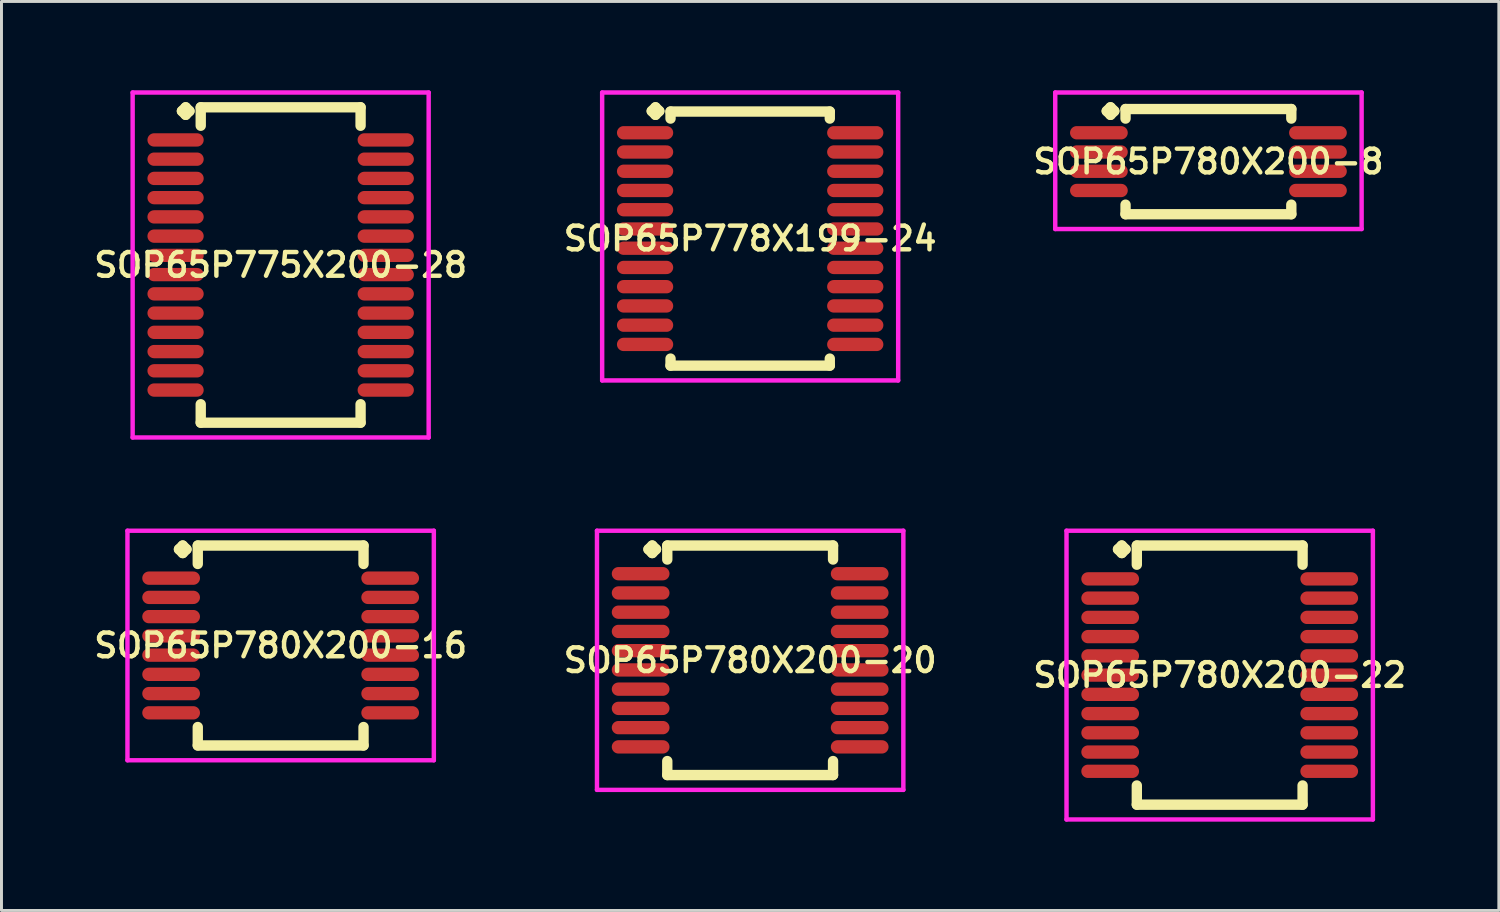
<source format=kicad_pcb>
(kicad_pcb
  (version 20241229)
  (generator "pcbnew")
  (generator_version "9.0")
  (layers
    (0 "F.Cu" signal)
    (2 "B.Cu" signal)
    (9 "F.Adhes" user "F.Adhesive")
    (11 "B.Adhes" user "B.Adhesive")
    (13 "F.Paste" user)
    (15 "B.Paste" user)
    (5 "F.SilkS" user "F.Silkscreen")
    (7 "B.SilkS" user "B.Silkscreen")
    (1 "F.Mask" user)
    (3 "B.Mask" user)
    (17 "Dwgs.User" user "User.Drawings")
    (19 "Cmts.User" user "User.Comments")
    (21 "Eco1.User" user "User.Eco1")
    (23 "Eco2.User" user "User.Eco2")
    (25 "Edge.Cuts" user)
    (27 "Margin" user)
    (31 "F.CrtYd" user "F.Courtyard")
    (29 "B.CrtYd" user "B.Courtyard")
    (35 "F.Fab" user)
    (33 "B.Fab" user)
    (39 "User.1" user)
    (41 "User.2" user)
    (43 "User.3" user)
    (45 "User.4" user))
  (footprint "SOP65P780X200-22"
    (layer "F.Cu")
    (at 38.154 19.756)
    (property "Reference" "SOP65P780X200-22" (at 0 0 0) (layer "F.SilkS") (effects (font (size 0.8 0.8) (thickness 0.15))))
    (attr smd)
    (fp_line (start -3.435 -4.25) (end -3.308 -4.377) (stroke (width 0.35) (type solid)) (layer "F.SilkS"))
    (fp_line (start -3.308 -4.377) (end -3.181 -4.25) (stroke (width 0.35) (type solid)) (layer "F.SilkS"))
    (fp_line (start -3.308 -4.123) (end -3.435 -4.25) (stroke (width 0.35) (type solid)) (layer "F.SilkS"))
    (fp_line (start -3.181 -4.25) (end -3.308 -4.123) (stroke (width 0.35) (type solid)) (layer "F.SilkS"))
    (fp_line (start -2.8 -4.377) (end 2.8 -4.377) (stroke (width 0.35) (type solid)) (layer "F.SilkS"))
    (fp_line (start -2.8 -3.729) (end -2.8 -4.377) (stroke (width 0.35) (type solid)) (layer "F.SilkS"))
    (fp_line (start -2.8 3.729) (end -2.8 4.377) (stroke (width 0.35) (type solid)) (layer "F.SilkS"))
    (fp_line (start -2.8 4.377) (end 2.8 4.377) (stroke (width 0.35) (type solid)) (layer "F.SilkS"))
    (fp_line (start 2.8 -4.377) (end 2.8 -3.729) (stroke (width 0.35) (type solid)) (layer "F.SilkS"))
    (fp_line (start 2.8 4.377) (end 2.8 3.729) (stroke (width 0.35) (type solid)) (layer "F.SilkS"))
    (fp_line (start -5.175 -4.877) (end 5.175 -4.877) (stroke (width 0.15) (type solid)) (layer "F.CrtYd"))
    (fp_line (start -5.175 4.877) (end -5.175 -4.877) (stroke (width 0.15) (type solid)) (layer "F.CrtYd"))
    (fp_line (start 5.175 -4.877) (end 5.175 4.877) (stroke (width 0.15) (type solid)) (layer "F.CrtYd"))
    (fp_line (start 5.175 4.877) (end -5.175 4.877) (stroke (width 0.15) (type solid)) (layer "F.CrtYd"))
    (pad "1" smd oval (at -3.7 -3.25) (size 1.95 0.45) (layers "F.Cu" "F.Mask" "F.Paste"))
    (pad "2" smd oval (at -3.7 -2.6) (size 1.95 0.45) (layers "F.Cu" "F.Mask" "F.Paste"))
    (pad "3" smd oval (at -3.7 -1.95) (size 1.95 0.45) (layers "F.Cu" "F.Mask" "F.Paste"))
    (pad "4" smd oval (at -3.7 -1.3) (size 1.95 0.45) (layers "F.Cu" "F.Mask" "F.Paste"))
    (pad "5" smd oval (at -3.7 -0.65) (size 1.95 0.45) (layers "F.Cu" "F.Mask" "F.Paste"))
    (pad "6" smd oval (at -3.7 0) (size 1.95 0.45) (layers "F.Cu" "F.Mask" "F.Paste"))
    (pad "7" smd oval (at -3.7 0.65) (size 1.95 0.45) (layers "F.Cu" "F.Mask" "F.Paste"))
    (pad "8" smd oval (at -3.7 1.3) (size 1.95 0.45) (layers "F.Cu" "F.Mask" "F.Paste"))
    (pad "9" smd oval (at -3.7 1.95) (size 1.95 0.45) (layers "F.Cu" "F.Mask" "F.Paste"))
    (pad "10" smd oval (at -3.7 2.6) (size 1.95 0.45) (layers "F.Cu" "F.Mask" "F.Paste"))
    (pad "11" smd oval (at -3.7 3.25) (size 1.95 0.45) (layers "F.Cu" "F.Mask" "F.Paste"))
    (pad "12" smd oval (at 3.7 3.25) (size 1.95 0.45) (layers "F.Cu" "F.Mask" "F.Paste"))
    (pad "13" smd oval (at 3.7 2.6) (size 1.95 0.45) (layers "F.Cu" "F.Mask" "F.Paste"))
    (pad "14" smd oval (at 3.7 1.95) (size 1.95 0.45) (layers "F.Cu" "F.Mask" "F.Paste"))
    (pad "15" smd oval (at 3.7 1.3) (size 1.95 0.45) (layers "F.Cu" "F.Mask" "F.Paste"))
    (pad "16" smd oval (at 3.7 0.65) (size 1.95 0.45) (layers "F.Cu" "F.Mask" "F.Paste"))
    (pad "17" smd oval (at 3.7 0) (size 1.95 0.45) (layers "F.Cu" "F.Mask" "F.Paste"))
    (pad "18" smd oval (at 3.7 -0.65) (size 1.95 0.45) (layers "F.Cu" "F.Mask" "F.Paste"))
    (pad "19" smd oval (at 3.7 -1.3) (size 1.95 0.45) (layers "F.Cu" "F.Mask" "F.Paste"))
    (pad "20" smd oval (at 3.7 -1.95) (size 1.95 0.45) (layers "F.Cu" "F.Mask" "F.Paste"))
    (pad "21" smd oval (at 3.7 -2.6) (size 1.95 0.45) (layers "F.Cu" "F.Mask" "F.Paste"))
    (pad "22" smd oval (at 3.7 -3.25) (size 1.95 0.45) (layers "F.Cu" "F.Mask" "F.Paste")))
  (footprint "SOP65P775X200-28"
    (layer "F.Cu")
    (at 6.431 5.902)
    (property "Reference" "SOP65P775X200-28" (at 0 0 0) (layer "F.SilkS") (effects (font (size 0.8 0.8) (thickness 0.15))))
    (attr smd)
    (fp_line (start -3.335 -5.2) (end -3.208 -5.327) (stroke (width 0.35) (type solid)) (layer "F.SilkS"))
    (fp_line (start -3.208 -5.327) (end -3.081 -5.2) (stroke (width 0.35) (type solid)) (layer "F.SilkS"))
    (fp_line (start -3.208 -5.073) (end -3.335 -5.2) (stroke (width 0.35) (type solid)) (layer "F.SilkS"))
    (fp_line (start -3.081 -5.2) (end -3.208 -5.073) (stroke (width 0.35) (type solid)) (layer "F.SilkS"))
    (fp_line (start -2.7 -5.327) (end 2.7 -5.327) (stroke (width 0.35) (type solid)) (layer "F.SilkS"))
    (fp_line (start -2.7 -4.704) (end -2.7 -5.327) (stroke (width 0.35) (type solid)) (layer "F.SilkS"))
    (fp_line (start -2.7 4.704) (end -2.7 5.327) (stroke (width 0.35) (type solid)) (layer "F.SilkS"))
    (fp_line (start -2.7 5.327) (end 2.7 5.327) (stroke (width 0.35) (type solid)) (layer "F.SilkS"))
    (fp_line (start 2.7 -5.327) (end 2.7 -4.704) (stroke (width 0.35) (type solid)) (layer "F.SilkS"))
    (fp_line (start 2.7 5.327) (end 2.7 4.704) (stroke (width 0.35) (type solid)) (layer "F.SilkS"))
    (fp_line (start -5 -5.827) (end 5 -5.827) (stroke (width 0.15) (type solid)) (layer "F.CrtYd"))
    (fp_line (start -5 5.827) (end -5 -5.827) (stroke (width 0.15) (type solid)) (layer "F.CrtYd"))
    (fp_line (start 5 -5.827) (end 5 5.827) (stroke (width 0.15) (type solid)) (layer "F.CrtYd"))
    (fp_line (start 5 5.827) (end -5 5.827) (stroke (width 0.15) (type solid)) (layer "F.CrtYd"))
    (pad "1" smd oval (at -3.55 -4.225) (size 1.9 0.45) (layers "F.Cu" "F.Mask" "F.Paste"))
    (pad "2" smd oval (at -3.55 -3.575) (size 1.9 0.45) (layers "F.Cu" "F.Mask" "F.Paste"))
    (pad "3" smd oval (at -3.55 -2.925) (size 1.9 0.45) (layers "F.Cu" "F.Mask" "F.Paste"))
    (pad "4" smd oval (at -3.55 -2.275) (size 1.9 0.45) (layers "F.Cu" "F.Mask" "F.Paste"))
    (pad "5" smd oval (at -3.55 -1.625) (size 1.9 0.45) (layers "F.Cu" "F.Mask" "F.Paste"))
    (pad "6" smd oval (at -3.55 -0.975) (size 1.9 0.45) (layers "F.Cu" "F.Mask" "F.Paste"))
    (pad "7" smd oval (at -3.55 -0.325) (size 1.9 0.45) (layers "F.Cu" "F.Mask" "F.Paste"))
    (pad "8" smd oval (at -3.55 0.325) (size 1.9 0.45) (layers "F.Cu" "F.Mask" "F.Paste"))
    (pad "9" smd oval (at -3.55 0.975) (size 1.9 0.45) (layers "F.Cu" "F.Mask" "F.Paste"))
    (pad "10" smd oval (at -3.55 1.625) (size 1.9 0.45) (layers "F.Cu" "F.Mask" "F.Paste"))
    (pad "11" smd oval (at -3.55 2.275) (size 1.9 0.45) (layers "F.Cu" "F.Mask" "F.Paste"))
    (pad "12" smd oval (at -3.55 2.925) (size 1.9 0.45) (layers "F.Cu" "F.Mask" "F.Paste"))
    (pad "13" smd oval (at -3.55 3.575) (size 1.9 0.45) (layers "F.Cu" "F.Mask" "F.Paste"))
    (pad "14" smd oval (at -3.55 4.225) (size 1.9 0.45) (layers "F.Cu" "F.Mask" "F.Paste"))
    (pad "15" smd oval (at 3.55 4.225) (size 1.9 0.45) (layers "F.Cu" "F.Mask" "F.Paste"))
    (pad "16" smd oval (at 3.55 3.575) (size 1.9 0.45) (layers "F.Cu" "F.Mask" "F.Paste"))
    (pad "17" smd oval (at 3.55 2.925) (size 1.9 0.45) (layers "F.Cu" "F.Mask" "F.Paste"))
    (pad "18" smd oval (at 3.55 2.275) (size 1.9 0.45) (layers "F.Cu" "F.Mask" "F.Paste"))
    (pad "19" smd oval (at 3.55 1.625) (size 1.9 0.45) (layers "F.Cu" "F.Mask" "F.Paste"))
    (pad "20" smd oval (at 3.55 0.975) (size 1.9 0.45) (layers "F.Cu" "F.Mask" "F.Paste"))
    (pad "21" smd oval (at 3.55 0.325) (size 1.9 0.45) (layers "F.Cu" "F.Mask" "F.Paste"))
    (pad "22" smd oval (at 3.55 -0.325) (size 1.9 0.45) (layers "F.Cu" "F.Mask" "F.Paste"))
    (pad "23" smd oval (at 3.55 -0.975) (size 1.9 0.45) (layers "F.Cu" "F.Mask" "F.Paste"))
    (pad "24" smd oval (at 3.55 -1.625) (size 1.9 0.45) (layers "F.Cu" "F.Mask" "F.Paste"))
    (pad "25" smd oval (at 3.55 -2.275) (size 1.9 0.45) (layers "F.Cu" "F.Mask" "F.Paste"))
    (pad "26" smd oval (at 3.55 -2.925) (size 1.9 0.45) (layers "F.Cu" "F.Mask" "F.Paste"))
    (pad "27" smd oval (at 3.55 -3.575) (size 1.9 0.45) (layers "F.Cu" "F.Mask" "F.Paste"))
    (pad "28" smd oval (at 3.55 -4.225) (size 1.9 0.45) (layers "F.Cu" "F.Mask" "F.Paste")))
  (footprint "SOP65P780X200-8"
    (layer "F.Cu")
    (at 37.773 2.41)
    (property "Reference" "SOP65P780X200-8" (at 0 0 0) (layer "F.SilkS") (effects (font (size 0.8 0.8) (thickness 0.15))))
    (attr smd)
    (fp_line (start -3.435 -1.708) (end -3.308 -1.835) (stroke (width 0.35) (type solid)) (layer "F.SilkS"))
    (fp_line (start -3.308 -1.835) (end -3.181 -1.708) (stroke (width 0.35) (type solid)) (layer "F.SilkS"))
    (fp_line (start -3.308 -1.581) (end -3.435 -1.708) (stroke (width 0.35) (type solid)) (layer "F.SilkS"))
    (fp_line (start -3.181 -1.708) (end -3.308 -1.581) (stroke (width 0.35) (type solid)) (layer "F.SilkS"))
    (fp_line (start -2.8 -1.777) (end 2.8 -1.777) (stroke (width 0.35) (type solid)) (layer "F.SilkS"))
    (fp_line (start -2.8 -1.454) (end -2.8 -1.777) (stroke (width 0.35) (type solid)) (layer "F.SilkS"))
    (fp_line (start -2.8 1.454) (end -2.8 1.777) (stroke (width 0.35) (type solid)) (layer "F.SilkS"))
    (fp_line (start -2.8 1.777) (end 2.8 1.777) (stroke (width 0.35) (type solid)) (layer "F.SilkS"))
    (fp_line (start 2.8 -1.777) (end 2.8 -1.454) (stroke (width 0.35) (type solid)) (layer "F.SilkS"))
    (fp_line (start 2.8 1.777) (end 2.8 1.454) (stroke (width 0.35) (type solid)) (layer "F.SilkS"))
    (fp_line (start -5.175 -2.335) (end 5.175 -2.335) (stroke (width 0.15) (type solid)) (layer "F.CrtYd"))
    (fp_line (start -5.175 2.277) (end -5.175 -2.335) (stroke (width 0.15) (type solid)) (layer "F.CrtYd"))
    (fp_line (start 5.175 -2.335) (end 5.175 2.277) (stroke (width 0.15) (type solid)) (layer "F.CrtYd"))
    (fp_line (start 5.175 2.277) (end -5.175 2.277) (stroke (width 0.15) (type solid)) (layer "F.CrtYd"))
    (pad "1" smd oval (at -3.7 -0.975) (size 1.95 0.45) (layers "F.Cu" "F.Mask" "F.Paste"))
    (pad "2" smd oval (at -3.7 -0.325) (size 1.95 0.45) (layers "F.Cu" "F.Mask" "F.Paste"))
    (pad "3" smd oval (at -3.7 0.325) (size 1.95 0.45) (layers "F.Cu" "F.Mask" "F.Paste"))
    (pad "4" smd oval (at -3.7 0.975) (size 1.95 0.45) (layers "F.Cu" "F.Mask" "F.Paste"))
    (pad "5" smd oval (at 3.7 0.975) (size 1.95 0.45) (layers "F.Cu" "F.Mask" "F.Paste"))
    (pad "6" smd oval (at 3.7 0.325) (size 1.95 0.45) (layers "F.Cu" "F.Mask" "F.Paste"))
    (pad "7" smd oval (at 3.7 -0.325) (size 1.95 0.45) (layers "F.Cu" "F.Mask" "F.Paste"))
    (pad "8" smd oval (at 3.7 -0.975) (size 1.95 0.45) (layers "F.Cu" "F.Mask" "F.Paste")))
  (footprint "SOP65P780X200-20"
    (layer "F.Cu")
    (at 22.292 19.256)
    (property "Reference" "SOP65P780X200-20" (at 0 0 0) (layer "F.SilkS") (effects (font (size 0.8 0.8) (thickness 0.15))))
    (attr smd)
    (fp_line (start -3.435 -3.75) (end -3.308 -3.877) (stroke (width 0.35) (type solid)) (layer "F.SilkS"))
    (fp_line (start -3.308 -3.877) (end -3.181 -3.75) (stroke (width 0.35) (type solid)) (layer "F.SilkS"))
    (fp_line (start -3.308 -3.623) (end -3.435 -3.75) (stroke (width 0.35) (type solid)) (layer "F.SilkS"))
    (fp_line (start -3.181 -3.75) (end -3.308 -3.623) (stroke (width 0.35) (type solid)) (layer "F.SilkS"))
    (fp_line (start -2.8 -3.877) (end 2.8 -3.877) (stroke (width 0.35) (type solid)) (layer "F.SilkS"))
    (fp_line (start -2.8 -3.404) (end -2.8 -3.877) (stroke (width 0.35) (type solid)) (layer "F.SilkS"))
    (fp_line (start -2.8 3.404) (end -2.8 3.877) (stroke (width 0.35) (type solid)) (layer "F.SilkS"))
    (fp_line (start -2.8 3.877) (end 2.8 3.877) (stroke (width 0.35) (type solid)) (layer "F.SilkS"))
    (fp_line (start 2.8 -3.877) (end 2.8 -3.404) (stroke (width 0.35) (type solid)) (layer "F.SilkS"))
    (fp_line (start 2.8 3.877) (end 2.8 3.404) (stroke (width 0.35) (type solid)) (layer "F.SilkS"))
    (fp_line (start -5.175 -4.377) (end 5.175 -4.377) (stroke (width 0.15) (type solid)) (layer "F.CrtYd"))
    (fp_line (start -5.175 4.377) (end -5.175 -4.377) (stroke (width 0.15) (type solid)) (layer "F.CrtYd"))
    (fp_line (start 5.175 -4.377) (end 5.175 4.377) (stroke (width 0.15) (type solid)) (layer "F.CrtYd"))
    (fp_line (start 5.175 4.377) (end -5.175 4.377) (stroke (width 0.15) (type solid)) (layer "F.CrtYd"))
    (pad "1" smd oval (at -3.7 -2.925) (size 1.95 0.45) (layers "F.Cu" "F.Mask" "F.Paste"))
    (pad "2" smd oval (at -3.7 -2.275) (size 1.95 0.45) (layers "F.Cu" "F.Mask" "F.Paste"))
    (pad "3" smd oval (at -3.7 -1.625) (size 1.95 0.45) (layers "F.Cu" "F.Mask" "F.Paste"))
    (pad "4" smd oval (at -3.7 -0.975) (size 1.95 0.45) (layers "F.Cu" "F.Mask" "F.Paste"))
    (pad "5" smd oval (at -3.7 -0.325) (size 1.95 0.45) (layers "F.Cu" "F.Mask" "F.Paste"))
    (pad "6" smd oval (at -3.7 0.325) (size 1.95 0.45) (layers "F.Cu" "F.Mask" "F.Paste"))
    (pad "7" smd oval (at -3.7 0.975) (size 1.95 0.45) (layers "F.Cu" "F.Mask" "F.Paste"))
    (pad "8" smd oval (at -3.7 1.625) (size 1.95 0.45) (layers "F.Cu" "F.Mask" "F.Paste"))
    (pad "9" smd oval (at -3.7 2.275) (size 1.95 0.45) (layers "F.Cu" "F.Mask" "F.Paste"))
    (pad "10" smd oval (at -3.7 2.925) (size 1.95 0.45) (layers "F.Cu" "F.Mask" "F.Paste"))
    (pad "11" smd oval (at 3.7 2.925) (size 1.95 0.45) (layers "F.Cu" "F.Mask" "F.Paste"))
    (pad "12" smd oval (at 3.7 2.275) (size 1.95 0.45) (layers "F.Cu" "F.Mask" "F.Paste"))
    (pad "13" smd oval (at 3.7 1.625) (size 1.95 0.45) (layers "F.Cu" "F.Mask" "F.Paste"))
    (pad "14" smd oval (at 3.7 0.975) (size 1.95 0.45) (layers "F.Cu" "F.Mask" "F.Paste"))
    (pad "15" smd oval (at 3.7 0.325) (size 1.95 0.45) (layers "F.Cu" "F.Mask" "F.Paste"))
    (pad "16" smd oval (at 3.7 -0.325) (size 1.95 0.45) (layers "F.Cu" "F.Mask" "F.Paste"))
    (pad "17" smd oval (at 3.7 -0.975) (size 1.95 0.45) (layers "F.Cu" "F.Mask" "F.Paste"))
    (pad "18" smd oval (at 3.7 -1.625) (size 1.95 0.45) (layers "F.Cu" "F.Mask" "F.Paste"))
    (pad "19" smd oval (at 3.7 -2.275) (size 1.95 0.45) (layers "F.Cu" "F.Mask" "F.Paste"))
    (pad "20" smd oval (at 3.7 -2.925) (size 1.95 0.45) (layers "F.Cu" "F.Mask" "F.Paste")))
  (footprint "SOP65P780X200-16"
    (layer "F.Cu")
    (at 6.431 18.756)
    (property "Reference" "SOP65P780X200-16" (at 0 0 0) (layer "F.SilkS") (effects (font (size 0.8 0.8) (thickness 0.15))))
    (attr smd)
    (fp_line (start -3.435 -3.25) (end -3.308 -3.377) (stroke (width 0.35) (type solid)) (layer "F.SilkS"))
    (fp_line (start -3.308 -3.377) (end -3.181 -3.25) (stroke (width 0.35) (type solid)) (layer "F.SilkS"))
    (fp_line (start -3.308 -3.123) (end -3.435 -3.25) (stroke (width 0.35) (type solid)) (layer "F.SilkS"))
    (fp_line (start -3.181 -3.25) (end -3.308 -3.123) (stroke (width 0.35) (type solid)) (layer "F.SilkS"))
    (fp_line (start -2.8 -3.377) (end 2.8 -3.377) (stroke (width 0.35) (type solid)) (layer "F.SilkS"))
    (fp_line (start -2.8 -2.754) (end -2.8 -3.377) (stroke (width 0.35) (type solid)) (layer "F.SilkS"))
    (fp_line (start -2.8 2.754) (end -2.8 3.377) (stroke (width 0.35) (type solid)) (layer "F.SilkS"))
    (fp_line (start -2.8 3.377) (end 2.8 3.377) (stroke (width 0.35) (type solid)) (layer "F.SilkS"))
    (fp_line (start 2.8 -3.377) (end 2.8 -2.754) (stroke (width 0.35) (type solid)) (layer "F.SilkS"))
    (fp_line (start 2.8 3.377) (end 2.8 2.754) (stroke (width 0.35) (type solid)) (layer "F.SilkS"))
    (fp_line (start -5.175 -3.877) (end 5.175 -3.877) (stroke (width 0.15) (type solid)) (layer "F.CrtYd"))
    (fp_line (start -5.175 3.877) (end -5.175 -3.877) (stroke (width 0.15) (type solid)) (layer "F.CrtYd"))
    (fp_line (start 5.175 -3.877) (end 5.175 3.877) (stroke (width 0.15) (type solid)) (layer "F.CrtYd"))
    (fp_line (start 5.175 3.877) (end -5.175 3.877) (stroke (width 0.15) (type solid)) (layer "F.CrtYd"))
    (pad "1" smd oval (at -3.7 -2.275) (size 1.95 0.45) (layers "F.Cu" "F.Mask" "F.Paste"))
    (pad "2" smd oval (at -3.7 -1.625) (size 1.95 0.45) (layers "F.Cu" "F.Mask" "F.Paste"))
    (pad "3" smd oval (at -3.7 -0.975) (size 1.95 0.45) (layers "F.Cu" "F.Mask" "F.Paste"))
    (pad "4" smd oval (at -3.7 -0.325) (size 1.95 0.45) (layers "F.Cu" "F.Mask" "F.Paste"))
    (pad "5" smd oval (at -3.7 0.325) (size 1.95 0.45) (layers "F.Cu" "F.Mask" "F.Paste"))
    (pad "6" smd oval (at -3.7 0.975) (size 1.95 0.45) (layers "F.Cu" "F.Mask" "F.Paste"))
    (pad "7" smd oval (at -3.7 1.625) (size 1.95 0.45) (layers "F.Cu" "F.Mask" "F.Paste"))
    (pad "8" smd oval (at -3.7 2.275) (size 1.95 0.45) (layers "F.Cu" "F.Mask" "F.Paste"))
    (pad "9" smd oval (at 3.7 2.275) (size 1.95 0.45) (layers "F.Cu" "F.Mask" "F.Paste"))
    (pad "10" smd oval (at 3.7 1.625) (size 1.95 0.45) (layers "F.Cu" "F.Mask" "F.Paste"))
    (pad "11" smd oval (at 3.7 0.975) (size 1.95 0.45) (layers "F.Cu" "F.Mask" "F.Paste"))
    (pad "12" smd oval (at 3.7 0.325) (size 1.95 0.45) (layers "F.Cu" "F.Mask" "F.Paste"))
    (pad "13" smd oval (at 3.7 -0.325) (size 1.95 0.45) (layers "F.Cu" "F.Mask" "F.Paste"))
    (pad "14" smd oval (at 3.7 -0.975) (size 1.95 0.45) (layers "F.Cu" "F.Mask" "F.Paste"))
    (pad "15" smd oval (at 3.7 -1.625) (size 1.95 0.45) (layers "F.Cu" "F.Mask" "F.Paste"))
    (pad "16" smd oval (at 3.7 -2.275) (size 1.95 0.45) (layers "F.Cu" "F.Mask" "F.Paste")))
  (footprint "SOP65P778X199-24"
    (layer "F.Cu")
    (at 22.292 5.01)
    (property "Reference" "SOP65P778X199-24" (at 0 0 0) (layer "F.SilkS") (effects (font (size 0.8 0.8) (thickness 0.15))))
    (attr smd)
    (fp_line (start -3.325 -4.308) (end -3.198 -4.435) (stroke (width 0.35) (type solid)) (layer "F.SilkS"))
    (fp_line (start -3.198 -4.435) (end -3.071 -4.308) (stroke (width 0.35) (type solid)) (layer "F.SilkS"))
    (fp_line (start -3.198 -4.181) (end -3.325 -4.308) (stroke (width 0.35) (type solid)) (layer "F.SilkS"))
    (fp_line (start -3.071 -4.308) (end -3.198 -4.181) (stroke (width 0.35) (type solid)) (layer "F.SilkS"))
    (fp_line (start -2.69 -4.292) (end 2.69 -4.292) (stroke (width 0.35) (type solid)) (layer "F.SilkS"))
    (fp_line (start -2.69 -4.054) (end -2.69 -4.292) (stroke (width 0.35) (type solid)) (layer "F.SilkS"))
    (fp_line (start -2.69 4.054) (end -2.69 4.292) (stroke (width 0.35) (type solid)) (layer "F.SilkS"))
    (fp_line (start -2.69 4.292) (end 2.69 4.292) (stroke (width 0.35) (type solid)) (layer "F.SilkS"))
    (fp_line (start 2.69 -4.292) (end 2.69 -4.054) (stroke (width 0.35) (type solid)) (layer "F.SilkS"))
    (fp_line (start 2.69 4.292) (end 2.69 4.054) (stroke (width 0.35) (type solid)) (layer "F.SilkS"))
    (fp_line (start -5 -4.935) (end 5 -4.935) (stroke (width 0.15) (type solid)) (layer "F.CrtYd"))
    (fp_line (start -5 4.792) (end -5 -4.935) (stroke (width 0.15) (type solid)) (layer "F.CrtYd"))
    (fp_line (start 5 -4.935) (end 5 4.792) (stroke (width 0.15) (type solid)) (layer "F.CrtYd"))
    (fp_line (start 5 4.792) (end -5 4.792) (stroke (width 0.15) (type solid)) (layer "F.CrtYd"))
    (pad "1" smd oval (at -3.55 -3.575) (size 1.9 0.45) (layers "F.Cu" "F.Mask" "F.Paste"))
    (pad "2" smd oval (at -3.55 -2.925) (size 1.9 0.45) (layers "F.Cu" "F.Mask" "F.Paste"))
    (pad "3" smd oval (at -3.55 -2.275) (size 1.9 0.45) (layers "F.Cu" "F.Mask" "F.Paste"))
    (pad "4" smd oval (at -3.55 -1.625) (size 1.9 0.45) (layers "F.Cu" "F.Mask" "F.Paste"))
    (pad "5" smd oval (at -3.55 -0.975) (size 1.9 0.45) (layers "F.Cu" "F.Mask" "F.Paste"))
    (pad "6" smd oval (at -3.55 -0.325) (size 1.9 0.45) (layers "F.Cu" "F.Mask" "F.Paste"))
    (pad "7" smd oval (at -3.55 0.325) (size 1.9 0.45) (layers "F.Cu" "F.Mask" "F.Paste"))
    (pad "8" smd oval (at -3.55 0.975) (size 1.9 0.45) (layers "F.Cu" "F.Mask" "F.Paste"))
    (pad "9" smd oval (at -3.55 1.625) (size 1.9 0.45) (layers "F.Cu" "F.Mask" "F.Paste"))
    (pad "10" smd oval (at -3.55 2.275) (size 1.9 0.45) (layers "F.Cu" "F.Mask" "F.Paste"))
    (pad "11" smd oval (at -3.55 2.925) (size 1.9 0.45) (layers "F.Cu" "F.Mask" "F.Paste"))
    (pad "12" smd oval (at -3.55 3.575) (size 1.9 0.45) (layers "F.Cu" "F.Mask" "F.Paste"))
    (pad "13" smd oval (at 3.55 3.575) (size 1.9 0.45) (layers "F.Cu" "F.Mask" "F.Paste"))
    (pad "14" smd oval (at 3.55 2.925) (size 1.9 0.45) (layers "F.Cu" "F.Mask" "F.Paste"))
    (pad "15" smd oval (at 3.55 2.275) (size 1.9 0.45) (layers "F.Cu" "F.Mask" "F.Paste"))
    (pad "16" smd oval (at 3.55 1.625) (size 1.9 0.45) (layers "F.Cu" "F.Mask" "F.Paste"))
    (pad "17" smd oval (at 3.55 0.975) (size 1.9 0.45) (layers "F.Cu" "F.Mask" "F.Paste"))
    (pad "18" smd oval (at 3.55 0.325) (size 1.9 0.45) (layers "F.Cu" "F.Mask" "F.Paste"))
    (pad "19" smd oval (at 3.55 -0.325) (size 1.9 0.45) (layers "F.Cu" "F.Mask" "F.Paste"))
    (pad "20" smd oval (at 3.55 -0.975) (size 1.9 0.45) (layers "F.Cu" "F.Mask" "F.Paste"))
    (pad "21" smd oval (at 3.55 -1.625) (size 1.9 0.45) (layers "F.Cu" "F.Mask" "F.Paste"))
    (pad "22" smd oval (at 3.55 -2.275) (size 1.9 0.45) (layers "F.Cu" "F.Mask" "F.Paste"))
    (pad "23" smd oval (at 3.55 -2.925) (size 1.9 0.45) (layers "F.Cu" "F.Mask" "F.Paste"))
    (pad "24" smd oval (at 3.55 -3.575) (size 1.9 0.45) (layers "F.Cu" "F.Mask" "F.Paste")))
  (gr_rect
    (start -3 -3)
    (end 47.584 27.708)
    (stroke (width 0.1) (type default))
    (fill no)
    (layer "Edge.Cuts")))
</source>
